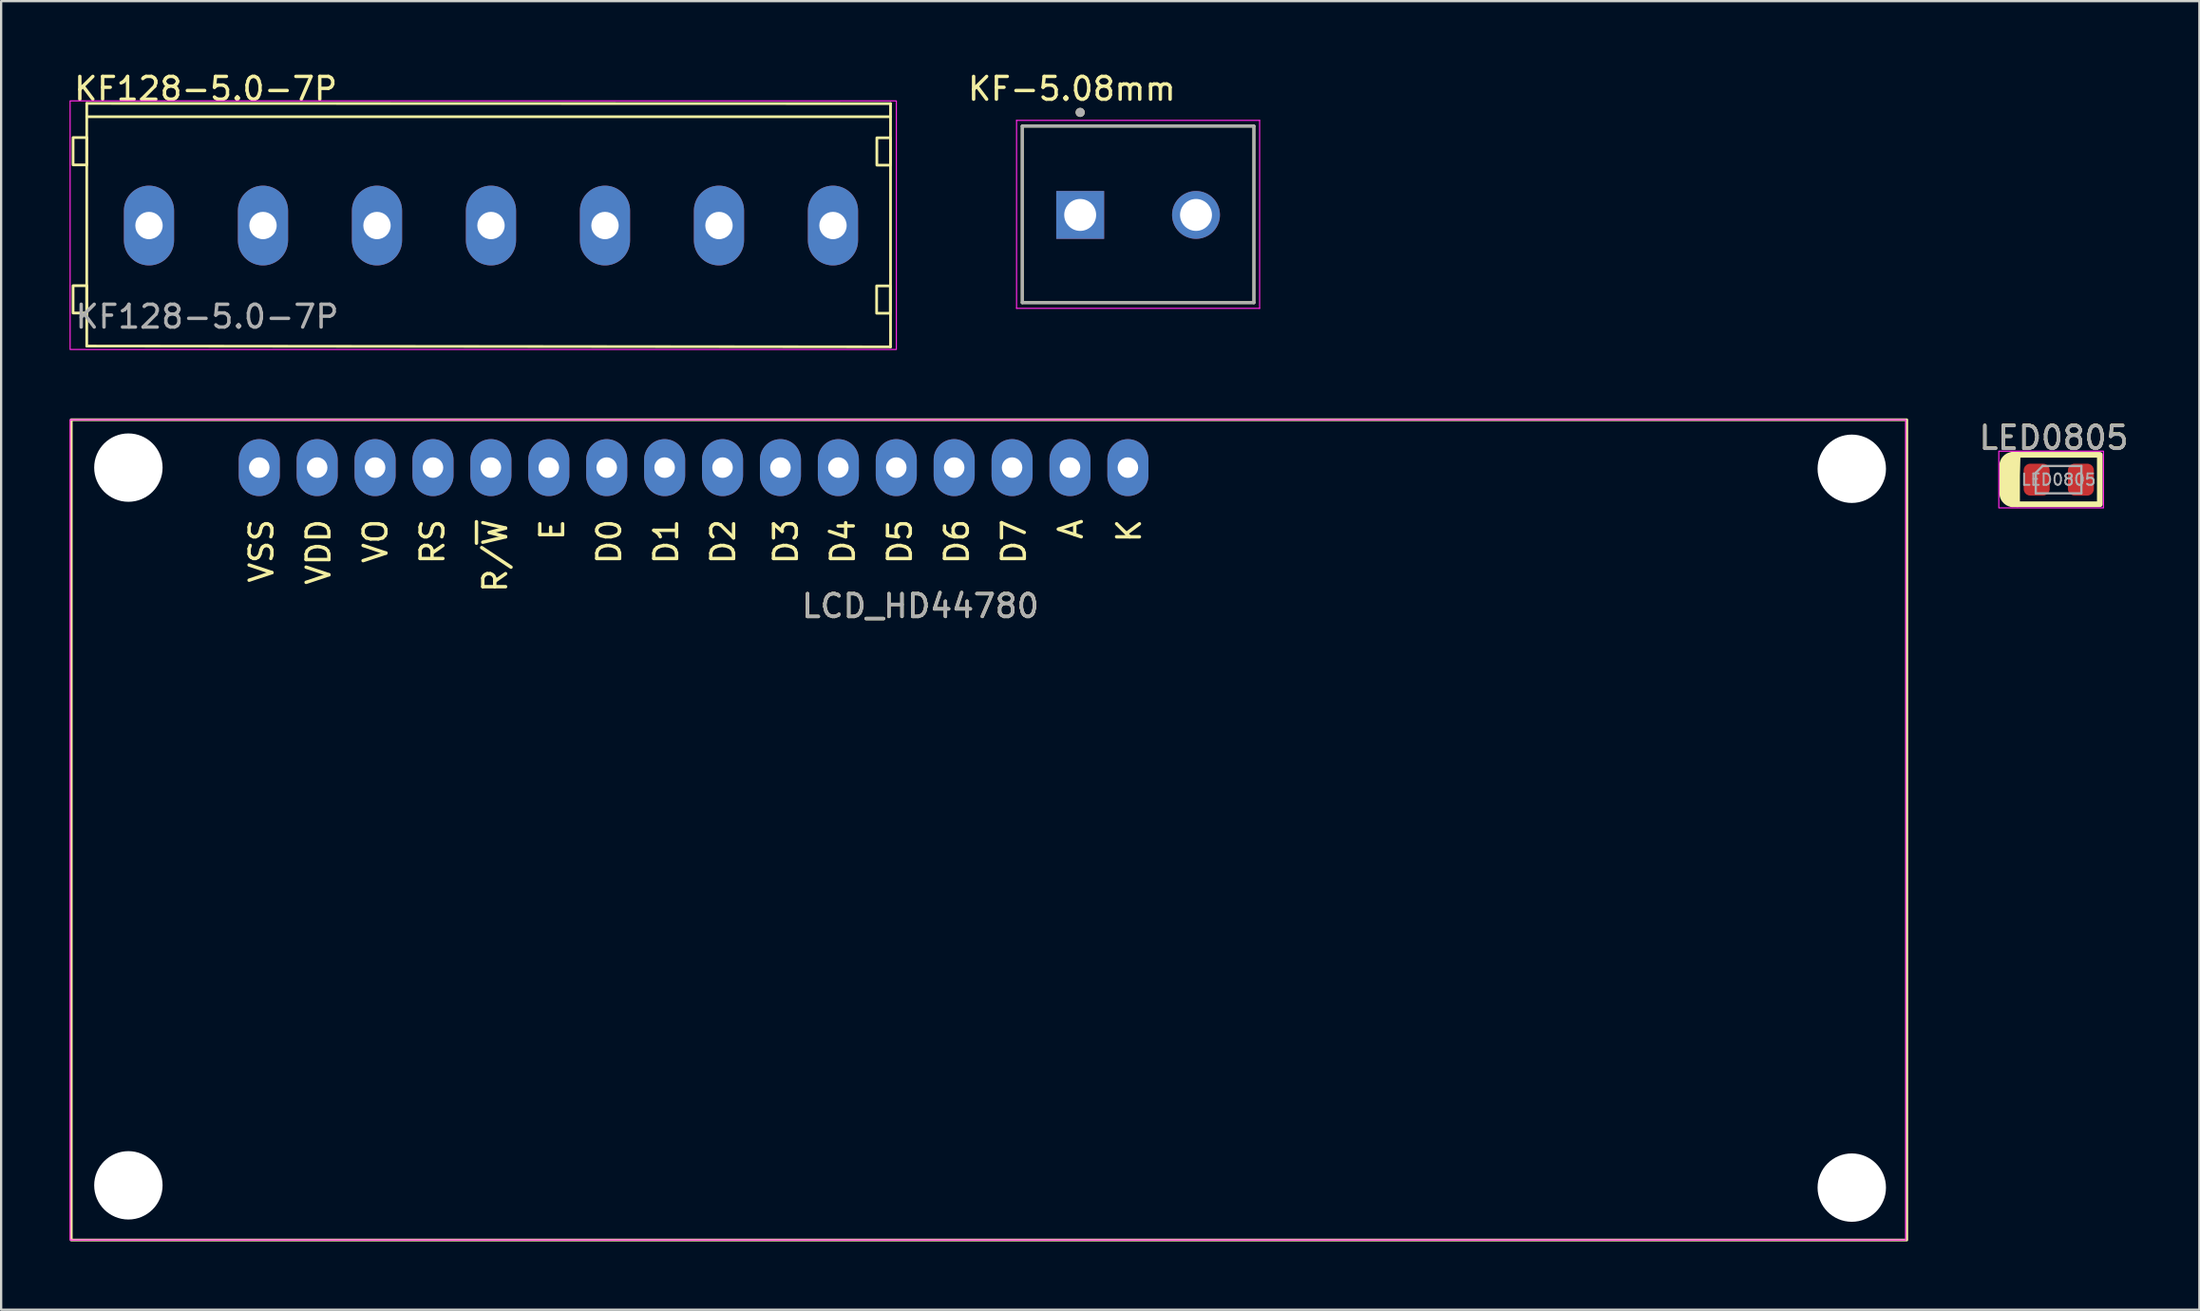
<source format=kicad_pcb>
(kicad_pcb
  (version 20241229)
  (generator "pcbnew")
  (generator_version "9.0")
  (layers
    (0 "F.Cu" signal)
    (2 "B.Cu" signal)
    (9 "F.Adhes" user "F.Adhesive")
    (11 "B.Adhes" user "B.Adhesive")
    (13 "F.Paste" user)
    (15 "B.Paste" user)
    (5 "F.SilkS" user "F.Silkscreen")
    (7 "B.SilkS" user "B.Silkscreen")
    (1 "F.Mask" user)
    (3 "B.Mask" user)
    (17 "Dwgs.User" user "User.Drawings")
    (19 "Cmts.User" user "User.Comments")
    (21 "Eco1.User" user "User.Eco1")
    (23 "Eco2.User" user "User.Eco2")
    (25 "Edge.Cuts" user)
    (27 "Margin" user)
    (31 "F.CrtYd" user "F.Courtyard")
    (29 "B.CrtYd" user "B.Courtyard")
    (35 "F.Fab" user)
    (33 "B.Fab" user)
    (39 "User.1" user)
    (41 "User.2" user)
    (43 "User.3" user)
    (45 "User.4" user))
  (footprint "LCD_HD44780"
    (layer "F.Cu")
    (at 8.321 17.473)
    (property "Reference" "LCD_HD44780" (at 29 6.076 0) (unlocked yes) (layer "F.SilkS") (effects (font (size 1 1) (thickness 0.15))))
    (attr through_hole)
    (fp_rect (start -8.246 -2.1) (end 72.262 33.9) (stroke (width 0.12) (type solid)) (fill no) (layer "F.SilkS"))
    (fp_rect (start -8.296 -2.1) (end 72.212 33.9) (stroke (width 0.05) (type solid)) (fill no) (layer "F.CrtYd"))
    (fp_text user "K" (at 38.15 2.774 90) (unlocked yes) (layer "F.SilkS") (effects (font (size 1 1) (thickness 0.15))))
    (fp_text user "D1" (at 17.85 3.25 90) (unlocked yes) (layer "F.SilkS") (effects (font (size 1 1) (thickness 0.15))))
    (fp_text user "R/~{W}" (at 10.35 3.869 90) (unlocked yes) (layer "F.SilkS") (effects (font (size 1 1) (thickness 0.15))))
    (fp_text user "D0" (at 15.35 3.25 90) (unlocked yes) (layer "F.SilkS") (effects (font (size 1 1) (thickness 0.15))))
    (fp_text user "D7" (at 33.1 3.25 90) (unlocked yes) (layer "F.SilkS") (effects (font (size 1 1) (thickness 0.15))))
    (fp_text user "RS" (at 7.6 3.25 90) (unlocked yes) (layer "F.SilkS") (effects (font (size 1 1) (thickness 0.15))))
    (fp_text user "D5" (at 28.1 3.25 90) (unlocked yes) (layer "F.SilkS") (effects (font (size 1 1) (thickness 0.15))))
    (fp_text user "E" (at 12.85 2.726 90) (unlocked yes) (layer "F.SilkS") (effects (font (size 1 1) (thickness 0.15))))
    (fp_text user "D3" (at 23.1 3.25 90) (unlocked yes) (layer "F.SilkS") (effects (font (size 1 1) (thickness 0.15))))
    (fp_text user "D2" (at 20.35 3.25 90) (unlocked yes) (layer "F.SilkS") (effects (font (size 1 1) (thickness 0.15))))
    (fp_text user "VDD" (at 2.6 3.702 90) (unlocked yes) (layer "F.SilkS") (effects (font (size 1 1) (thickness 0.15))))
    (fp_text user "D6" (at 30.6 3.25 90) (unlocked yes) (layer "F.SilkS") (effects (font (size 1 1) (thickness 0.15))))
    (fp_text user "VSS" (at 0.1 3.655 90) (unlocked yes) (layer "F.SilkS") (effects (font (size 1 1) (thickness 0.15))))
    (fp_text user "VO" (at 5.1 3.226 90) (unlocked yes) (layer "F.SilkS") (effects (font (size 1 1) (thickness 0.15))))
    (fp_text user "D4" (at 25.6 3.25 90) (unlocked yes) (layer "F.SilkS") (effects (font (size 1 1) (thickness 0.15))))
    (fp_text user "A" (at 35.6 2.702 90) (unlocked yes) (layer "F.SilkS") (effects (font (size 1 1) (thickness 0.15))))
    (fp_text user "${REFERENCE}" (at 29 6.076 0) (unlocked yes) (layer "F.Fab") (effects (font (size 1 1) (thickness 0.15))))
    (pad "" np_thru_hole circle (at -5.74 0) (size 3 3) (drill 3) (layers "*.Cu" "*.Mask"))
    (pad "" np_thru_hole circle (at -5.74 31.5) (size 3 3) (drill 3) (layers "*.Cu" "*.Mask"))
    (pad "" np_thru_hole circle (at 69.85 0.051) (size 3 3) (drill 3) (layers "*.Cu" "*.Mask"))
    (pad "" np_thru_hole circle (at 69.85 31.6) (size 3 3) (drill 3) (layers "*.Cu" "*.Mask"))
    (pad "1" thru_hole oval (at 0 0) (size 1.8 2.5) (drill 0.9) (layers "*.Cu" "*.Mask"))
    (pad "2" thru_hole oval (at 2.54 0) (size 1.8 2.5) (drill 0.9) (layers "*.Cu" "*.Mask"))
    (pad "3" thru_hole oval (at 5.08 0) (size 1.8 2.5) (drill 0.9) (layers "*.Cu" "*.Mask"))
    (pad "4" thru_hole oval (at 7.62 0) (size 1.8 2.5) (drill 0.9) (layers "*.Cu" "*.Mask"))
    (pad "5" thru_hole oval (at 10.16 0) (size 1.8 2.5) (drill 0.9) (layers "*.Cu" "*.Mask"))
    (pad "6" thru_hole oval (at 12.7 0) (size 1.8 2.5) (drill 0.9) (layers "*.Cu" "*.Mask"))
    (pad "7" thru_hole oval (at 15.24 0) (size 1.8 2.5) (drill 0.9) (layers "*.Cu" "*.Mask"))
    (pad "8" thru_hole oval (at 17.78 0) (size 1.8 2.5) (drill 0.9) (layers "*.Cu" "*.Mask"))
    (pad "9" thru_hole oval (at 20.32 0) (size 1.8 2.5) (drill 0.9) (layers "*.Cu" "*.Mask"))
    (pad "10" thru_hole oval (at 22.86 0) (size 1.8 2.5) (drill 0.9) (layers "*.Cu" "*.Mask"))
    (pad "11" thru_hole oval (at 25.4 0) (size 1.8 2.5) (drill 0.9) (layers "*.Cu" "*.Mask"))
    (pad "12" thru_hole oval (at 27.94 0) (size 1.8 2.5) (drill 0.9) (layers "*.Cu" "*.Mask"))
    (pad "13" thru_hole oval (at 30.48 0) (size 1.8 2.5) (drill 0.9) (layers "*.Cu" "*.Mask"))
    (pad "14" thru_hole oval (at 33.02 0) (size 1.8 2.5) (drill 0.9) (layers "*.Cu" "*.Mask"))
    (pad "15" thru_hole oval (at 35.56 0) (size 1.8 2.5) (drill 0.9) (layers "*.Cu" "*.Mask"))
    (pad "16" thru_hole oval (at 38.1 0) (size 1.8 2.5) (drill 0.9) (layers "*.Cu" "*.Mask")))
  (footprint "KF128-5.0-7P"
    (layer "F.Cu")
    (at 5.985 6.848)
    (property "Reference" "KF128-5.0-7P" (at -0.01 -6 0) (unlocked yes) (layer "F.SilkS") (effects (font (size 1 1) (thickness 0.15))))
    (attr through_hole)
    (fp_line (start -5.23 -5.36) (end 30.025 -5.35) (stroke (width 0.12) (type solid)) (layer "F.SilkS"))
    (fp_line (start -5.23 5.29) (end -5.23 -5.36) (stroke (width 0.12) (type solid)) (layer "F.SilkS"))
    (fp_line (start 30.025 -5.35) (end 30.025 5.325) (stroke (width 0.12) (type solid)) (layer "F.SilkS"))
    (fp_line (start 30.025 -4.775) (end -5.23 -4.775) (stroke (width 0.12) (type solid)) (layer "F.SilkS"))
    (fp_line (start 30.025 5.325) (end -5.23 5.29) (stroke (width 0.12) (type solid)) (layer "F.SilkS"))
    (fp_rect (start -5.83 -3.86) (end -5.23 -2.66) (stroke (width 0.12) (type solid)) (fill no) (layer "F.SilkS"))
    (fp_rect (start -5.83 2.64) (end -5.23 3.84) (stroke (width 0.12) (type solid)) (fill no) (layer "F.SilkS"))
    (fp_rect (start 29.415 2.65) (end 30.015 3.85) (stroke (width 0.12) (type solid)) (fill no) (layer "F.SilkS"))
    (fp_rect (start 29.425 -3.85) (end 30.025 -2.65) (stroke (width 0.12) (type solid)) (fill no) (layer "F.SilkS"))
    (fp_rect (start -5.96 -5.47) (end 30.28 5.44) (stroke (width 0.05) (type solid)) (fill no) (layer "F.CrtYd"))
    (fp_text user "${REFERENCE}" (at 0.05 4 0) (unlocked yes) (layer "F.Fab") (effects (font (size 1 1) (thickness 0.15))))
    (pad "1" thru_hole oval (at -2.5 0) (size 2.2 3.5) (drill 1.2) (layers "*.Cu" "*.Mask"))
    (pad "2" thru_hole oval (at 2.5 0) (size 2.2 3.5) (drill 1.2) (layers "*.Cu" "*.Mask"))
    (pad "3" thru_hole oval (at 7.5 0) (size 2.2 3.5) (drill 1.2) (layers "*.Cu" "*.Mask"))
    (pad "4" thru_hole oval (at 12.5 0) (size 2.2 3.5) (drill 1.2) (layers "*.Cu" "*.Mask"))
    (pad "5" thru_hole oval (at 17.5 0) (size 2.2 3.5) (drill 1.2) (layers "*.Cu" "*.Mask"))
    (pad "6" thru_hole oval (at 22.5 0) (size 2.2 3.5) (drill 1.2) (layers "*.Cu" "*.Mask"))
    (pad "7" thru_hole oval (at 27.5 0) (size 2.2 3.5) (drill 1.2) (layers "*.Cu" "*.Mask")))
  (footprint "KF-5.08mm"
    (layer "F.Cu")
    (at 46.868 6.383)
    (property "Reference" "KF-5.08mm" (at -2.905 -5.535 0) (layer "F.SilkS") (effects (font (size 1 1) (thickness 0.15))))
    (attr through_hole)
    (fp_line (start -5.08 -3.9) (end 5.08 -3.9) (stroke (width 0.127) (type solid)) (layer "F.SilkS"))
    (fp_line (start -5.08 3.85) (end -5.08 -3.9) (stroke (width 0.127) (type solid)) (layer "F.SilkS"))
    (fp_line (start 5.08 -3.9) (end 5.08 3.85) (stroke (width 0.127) (type solid)) (layer "F.SilkS"))
    (fp_line (start 5.08 3.85) (end -5.08 3.85) (stroke (width 0.127) (type solid)) (layer "F.SilkS"))
    (fp_circle (center -2.54 -4.5) (end -2.44 -4.5) (stroke (width 0.2) (type solid)) (fill no) (layer "F.SilkS"))
    (fp_line (start -5.33 -4.15) (end 5.33 -4.15) (stroke (width 0.05) (type solid)) (layer "F.CrtYd"))
    (fp_line (start -5.33 4.1) (end -5.33 -4.15) (stroke (width 0.05) (type solid)) (layer "F.CrtYd"))
    (fp_line (start 5.33 -4.15) (end 5.33 4.1) (stroke (width 0.05) (type solid)) (layer "F.CrtYd"))
    (fp_line (start 5.33 4.1) (end -5.33 4.1) (stroke (width 0.05) (type solid)) (layer "F.CrtYd"))
    (fp_line (start -5.08 -3.9) (end 5.08 -3.9) (stroke (width 0.127) (type solid)) (layer "F.Fab"))
    (fp_line (start -5.08 3.85) (end -5.08 -3.9) (stroke (width 0.127) (type solid)) (layer "F.Fab"))
    (fp_line (start 5.08 -3.9) (end 5.08 3.85) (stroke (width 0.127) (type solid)) (layer "F.Fab"))
    (fp_line (start 5.08 3.85) (end -5.08 3.85) (stroke (width 0.127) (type solid)) (layer "F.Fab"))
    (fp_circle (center -2.54 -4.5) (end -2.44 -4.5) (stroke (width 0.2) (type solid)) (fill no) (layer "F.Fab"))
    (pad "1" thru_hole rect (at -2.54 0) (size 2.1 2.1) (drill 1.4) (layers "*.Cu" "*.Mask"))
    (pad "2" thru_hole circle (at 2.54 0) (size 2.1 2.1) (drill 1.4) (layers "*.Cu" "*.Mask")))
  (footprint "LED0805"
    (layer "F.Cu")
    (at 87.151 18.021)
    (property "Reference" "LED0805" (at -0.12 -1.86 0) (unlocked yes) (layer "F.SilkS") (effects (font (size 1 1) (thickness 0.15))))
    (attr smd)
    (fp_line (start -2.38 -0.685) (end -2.38 0.565) (stroke (width 0.25) (type solid)) (layer "F.SilkS"))
    (fp_line (start -1.7 1.06) (end -1.95 1.06) (stroke (width 0.25) (type solid)) (layer "F.SilkS"))
    (fp_line (start -1.69 -1.11) (end -1.94 -1.11) (stroke (width 0.25) (type solid)) (layer "F.SilkS"))
    (fp_rect (start -1.73 -1.11) (end 1.9 1.06) (stroke (width 0.25) (type solid)) (fill no) (layer "F.SilkS"))
    (fp_arc (start -2.38 -0.69) (mid -2.19337 -1.012043) (end -1.833684 -1.107794) (stroke (width 0.25) (type solid)) (layer "F.SilkS"))
    (fp_arc (start -1.957957 1.05663) (mid -2.28 0.87) (end -2.375751 0.510314) (stroke (width 0.25) (type solid)) (layer "F.SilkS"))
    (fp_poly (pts (xy -1.74 1) (xy -2.18 0.95) (xy -2.41 0.43) (xy -2.34 -0.89) (xy -1.64 -1.09)) (stroke (width 0.12) (type solid)) (fill yes) (layer "F.SilkS"))
    (fp_rect (start -2.53 -1.27) (end 2.06 1.22) (stroke (width 0.05) (type solid)) (fill no) (layer "F.CrtYd"))
    (fp_line (start -0.91 -0.32) (end -0.91 0.58) (stroke (width 0.1) (type solid)) (layer "F.Fab"))
    (fp_line (start -0.91 0.58) (end 1.09 0.58) (stroke (width 0.1) (type solid)) (layer "F.Fab"))
    (fp_line (start -0.61 -0.62) (end -0.91 -0.32) (stroke (width 0.1) (type solid)) (layer "F.Fab"))
    (fp_line (start 1.09 -0.62) (end -0.61 -0.62) (stroke (width 0.1) (type solid)) (layer "F.Fab"))
    (fp_line (start 1.09 0.58) (end 1.09 -0.62) (stroke (width 0.1) (type solid)) (layer "F.Fab"))
    (fp_text user "${REFERENCE}" (at -0.12 -1.85 0) (unlocked yes) (layer "F.Fab") (effects (font (size 1 1) (thickness 0.15))))
    (fp_text user "${REFERENCE}" (at 0.09 -0.02 0) (layer "F.Fab") (effects (font (size 0.5 0.5) (thickness 0.08))))
    (pad "1" smd roundrect (at -0.87 -0.02) (size 1.14 1.4) (layers "F.Cu" "F.Mask" "F.Paste") (roundrect_rratio 0.25))
    (pad "2" smd roundrect (at 1.07 -0.02) (size 1.14 1.4) (layers "F.Cu" "F.Mask" "F.Paste") (roundrect_rratio 0.25)))
  (gr_rect
    (start -3 -3)
    (end 93.418 54.433)
    (stroke (width 0.1) (type default))
    (fill no)
    (layer "Edge.Cuts")))
</source>
